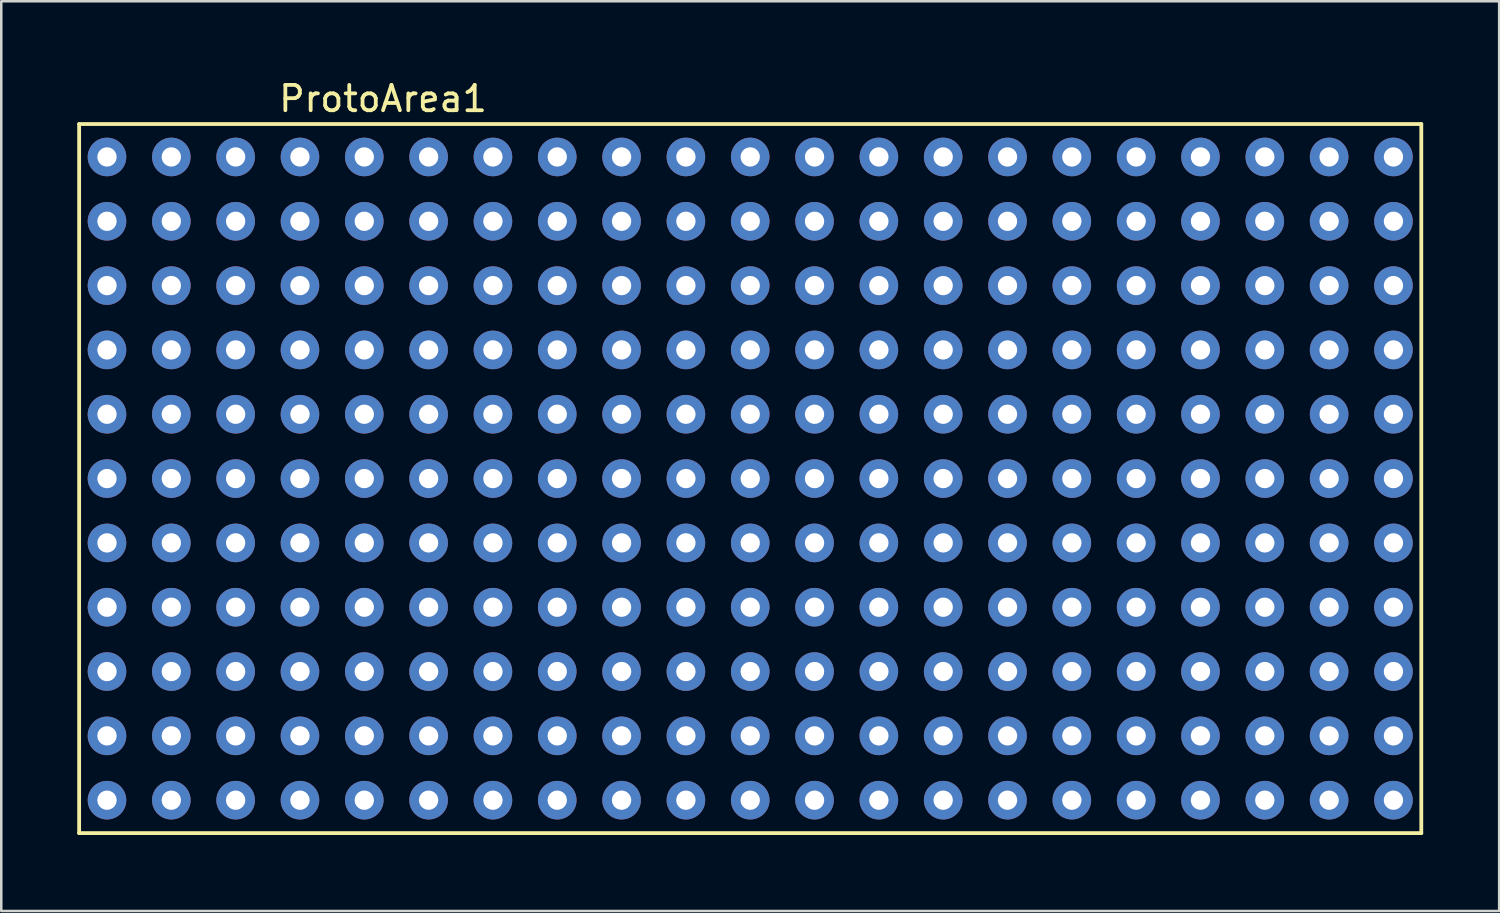
<source format=kicad_pcb>
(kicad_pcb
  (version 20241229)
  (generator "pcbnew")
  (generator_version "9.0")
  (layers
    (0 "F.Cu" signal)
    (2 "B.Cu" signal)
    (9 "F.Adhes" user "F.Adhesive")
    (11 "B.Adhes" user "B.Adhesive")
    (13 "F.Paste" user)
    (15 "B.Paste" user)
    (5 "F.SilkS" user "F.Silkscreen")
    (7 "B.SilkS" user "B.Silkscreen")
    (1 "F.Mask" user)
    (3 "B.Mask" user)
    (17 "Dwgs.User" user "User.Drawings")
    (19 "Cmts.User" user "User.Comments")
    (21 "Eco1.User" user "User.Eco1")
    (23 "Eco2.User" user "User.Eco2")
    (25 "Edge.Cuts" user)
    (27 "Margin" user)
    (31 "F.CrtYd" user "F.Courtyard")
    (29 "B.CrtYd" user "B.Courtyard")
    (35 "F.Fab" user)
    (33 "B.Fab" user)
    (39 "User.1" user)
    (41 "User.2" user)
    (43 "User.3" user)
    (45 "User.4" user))
  (footprint "ProtoArea1"
    (layer "F.Cu")
    (at 26.575 15.848)
    (property "Reference" "ProtoArea1" (at -14.5 -15 0) (layer "F.SilkS") (effects (font (size 1 1) (thickness 0.15))))
    (attr through_hole)
    (fp_line (start -26.5 -14) (end 26.5 -14) (stroke (width 0.15) (type solid)) (layer "F.SilkS"))
    (fp_line (start -26.5 14) (end -26.5 -14) (stroke (width 0.15) (type solid)) (layer "F.SilkS"))
    (fp_line (start 26.5 -14) (end 26.5 14) (stroke (width 0.15) (type solid)) (layer "F.SilkS"))
    (fp_line (start 26.5 14) (end -26.5 14) (stroke (width 0.15) (type solid)) (layer "F.SilkS"))
    (pad "1" thru_hole circle (at -25.4 -12.7) (size 1.524 1.524) (drill 0.762) (layers "*.Cu" "*.Mask"))
    (pad "2" thru_hole circle (at -25.4 -10.16) (size 1.524 1.524) (drill 0.762) (layers "*.Cu" "*.Mask"))
    (pad "3" thru_hole circle (at -25.4 -7.62) (size 1.524 1.524) (drill 0.762) (layers "*.Cu" "*.Mask"))
    (pad "4" thru_hole circle (at -25.4 -5.08) (size 1.524 1.524) (drill 0.762) (layers "*.Cu" "*.Mask"))
    (pad "5" thru_hole circle (at -25.4 -2.54) (size 1.524 1.524) (drill 0.762) (layers "*.Cu" "*.Mask"))
    (pad "6" thru_hole circle (at -25.4 0) (size 1.524 1.524) (drill 0.762) (layers "*.Cu" "*.Mask"))
    (pad "7" thru_hole circle (at -25.4 2.54) (size 1.524 1.524) (drill 0.762) (layers "*.Cu" "*.Mask"))
    (pad "8" thru_hole circle (at -25.4 5.08) (size 1.524 1.524) (drill 0.762) (layers "*.Cu" "*.Mask"))
    (pad "9" thru_hole circle (at -25.4 7.62) (size 1.524 1.524) (drill 0.762) (layers "*.Cu" "*.Mask"))
    (pad "10" thru_hole circle (at -25.4 10.16) (size 1.524 1.524) (drill 0.762) (layers "*.Cu" "*.Mask"))
    (pad "11" thru_hole circle (at -25.4 12.7) (size 1.524 1.524) (drill 0.762) (layers "*.Cu" "*.Mask"))
    (pad "12" thru_hole circle (at -22.86 12.7) (size 1.524 1.524) (drill 0.762) (layers "*.Cu" "*.Mask"))
    (pad "13" thru_hole circle (at -22.86 10.16) (size 1.524 1.524) (drill 0.762) (layers "*.Cu" "*.Mask"))
    (pad "14" thru_hole circle (at -22.86 7.62) (size 1.524 1.524) (drill 0.762) (layers "*.Cu" "*.Mask"))
    (pad "15" thru_hole circle (at -22.86 5.08) (size 1.524 1.524) (drill 0.762) (layers "*.Cu" "*.Mask"))
    (pad "16" thru_hole circle (at -22.86 2.54) (size 1.524 1.524) (drill 0.762) (layers "*.Cu" "*.Mask"))
    (pad "17" thru_hole circle (at -22.86 0) (size 1.524 1.524) (drill 0.762) (layers "*.Cu" "*.Mask"))
    (pad "18" thru_hole circle (at -22.86 -2.54) (size 1.524 1.524) (drill 0.762) (layers "*.Cu" "*.Mask"))
    (pad "19" thru_hole circle (at -22.86 -5.08) (size 1.524 1.524) (drill 0.762) (layers "*.Cu" "*.Mask"))
    (pad "20" thru_hole circle (at -22.86 -7.62) (size 1.524 1.524) (drill 0.762) (layers "*.Cu" "*.Mask"))
    (pad "21" thru_hole circle (at -22.86 -10.16) (size 1.524 1.524) (drill 0.762) (layers "*.Cu" "*.Mask"))
    (pad "22" thru_hole circle (at -22.86 -12.7) (size 1.524 1.524) (drill 0.762) (layers "*.Cu" "*.Mask"))
    (pad "23" thru_hole circle (at -20.32 -12.7) (size 1.524 1.524) (drill 0.762) (layers "*.Cu" "*.Mask"))
    (pad "24" thru_hole circle (at -20.32 -10.16) (size 1.524 1.524) (drill 0.762) (layers "*.Cu" "*.Mask"))
    (pad "25" thru_hole circle (at -20.32 -7.62) (size 1.524 1.524) (drill 0.762) (layers "*.Cu" "*.Mask"))
    (pad "26" thru_hole circle (at -20.32 -5.08) (size 1.524 1.524) (drill 0.762) (layers "*.Cu" "*.Mask"))
    (pad "27" thru_hole circle (at -20.32 -2.54) (size 1.524 1.524) (drill 0.762) (layers "*.Cu" "*.Mask"))
    (pad "28" thru_hole circle (at -20.32 0) (size 1.524 1.524) (drill 0.762) (layers "*.Cu" "*.Mask"))
    (pad "29" thru_hole circle (at -20.32 2.54) (size 1.524 1.524) (drill 0.762) (layers "*.Cu" "*.Mask"))
    (pad "30" thru_hole circle (at -20.32 5.08) (size 1.524 1.524) (drill 0.762) (layers "*.Cu" "*.Mask"))
    (pad "31" thru_hole circle (at -20.32 7.62) (size 1.524 1.524) (drill 0.762) (layers "*.Cu" "*.Mask"))
    (pad "32" thru_hole circle (at -20.32 10.16) (size 1.524 1.524) (drill 0.762) (layers "*.Cu" "*.Mask"))
    (pad "33" thru_hole circle (at -20.32 12.7) (size 1.524 1.524) (drill 0.762) (layers "*.Cu" "*.Mask"))
    (pad "34" thru_hole circle (at -17.78 12.7) (size 1.524 1.524) (drill 0.762) (layers "*.Cu" "*.Mask"))
    (pad "35" thru_hole circle (at -17.78 10.16) (size 1.524 1.524) (drill 0.762) (layers "*.Cu" "*.Mask"))
    (pad "36" thru_hole circle (at -17.78 7.62) (size 1.524 1.524) (drill 0.762) (layers "*.Cu" "*.Mask"))
    (pad "37" thru_hole circle (at -17.78 5.08) (size 1.524 1.524) (drill 0.762) (layers "*.Cu" "*.Mask"))
    (pad "38" thru_hole circle (at -17.78 2.54) (size 1.524 1.524) (drill 0.762) (layers "*.Cu" "*.Mask"))
    (pad "39" thru_hole circle (at -17.78 0) (size 1.524 1.524) (drill 0.762) (layers "*.Cu" "*.Mask"))
    (pad "40" thru_hole circle (at -17.78 -2.54) (size 1.524 1.524) (drill 0.762) (layers "*.Cu" "*.Mask"))
    (pad "41" thru_hole circle (at -17.78 -5.08) (size 1.524 1.524) (drill 0.762) (layers "*.Cu" "*.Mask"))
    (pad "42" thru_hole circle (at -17.78 -7.62) (size 1.524 1.524) (drill 0.762) (layers "*.Cu" "*.Mask"))
    (pad "43" thru_hole circle (at -17.78 -10.16) (size 1.524 1.524) (drill 0.762) (layers "*.Cu" "*.Mask"))
    (pad "44" thru_hole circle (at -17.78 -12.7) (size 1.524 1.524) (drill 0.762) (layers "*.Cu" "*.Mask"))
    (pad "45" thru_hole circle (at -15.24 -12.7) (size 1.524 1.524) (drill 0.762) (layers "*.Cu" "*.Mask"))
    (pad "46" thru_hole circle (at -15.24 -10.16) (size 1.524 1.524) (drill 0.762) (layers "*.Cu" "*.Mask"))
    (pad "47" thru_hole circle (at -15.24 -7.62) (size 1.524 1.524) (drill 0.762) (layers "*.Cu" "*.Mask"))
    (pad "48" thru_hole circle (at -15.24 -5.08) (size 1.524 1.524) (drill 0.762) (layers "*.Cu" "*.Mask"))
    (pad "49" thru_hole circle (at -15.24 -2.54) (size 1.524 1.524) (drill 0.762) (layers "*.Cu" "*.Mask"))
    (pad "50" thru_hole circle (at -15.24 0) (size 1.524 1.524) (drill 0.762) (layers "*.Cu" "*.Mask"))
    (pad "51" thru_hole circle (at -15.24 2.54) (size 1.524 1.524) (drill 0.762) (layers "*.Cu" "*.Mask"))
    (pad "52" thru_hole circle (at -15.24 5.08) (size 1.524 1.524) (drill 0.762) (layers "*.Cu" "*.Mask"))
    (pad "53" thru_hole circle (at -15.24 7.62) (size 1.524 1.524) (drill 0.762) (layers "*.Cu" "*.Mask"))
    (pad "54" thru_hole circle (at -15.24 10.16) (size 1.524 1.524) (drill 0.762) (layers "*.Cu" "*.Mask"))
    (pad "55" thru_hole circle (at -15.24 12.7) (size 1.524 1.524) (drill 0.762) (layers "*.Cu" "*.Mask"))
    (pad "56" thru_hole circle (at -12.7 12.7) (size 1.524 1.524) (drill 0.762) (layers "*.Cu" "*.Mask"))
    (pad "57" thru_hole circle (at -12.7 10.16) (size 1.524 1.524) (drill 0.762) (layers "*.Cu" "*.Mask"))
    (pad "58" thru_hole circle (at -12.7 7.62) (size 1.524 1.524) (drill 0.762) (layers "*.Cu" "*.Mask"))
    (pad "59" thru_hole circle (at -12.7 5.08) (size 1.524 1.524) (drill 0.762) (layers "*.Cu" "*.Mask"))
    (pad "60" thru_hole circle (at -12.7 2.54) (size 1.524 1.524) (drill 0.762) (layers "*.Cu" "*.Mask"))
    (pad "61" thru_hole circle (at -12.7 0) (size 1.524 1.524) (drill 0.762) (layers "*.Cu" "*.Mask"))
    (pad "62" thru_hole circle (at -12.7 -2.54) (size 1.524 1.524) (drill 0.762) (layers "*.Cu" "*.Mask"))
    (pad "63" thru_hole circle (at -12.7 -5.08) (size 1.524 1.524) (drill 0.762) (layers "*.Cu" "*.Mask"))
    (pad "64" thru_hole circle (at -12.7 -7.62) (size 1.524 1.524) (drill 0.762) (layers "*.Cu" "*.Mask"))
    (pad "65" thru_hole circle (at -12.7 -10.16) (size 1.524 1.524) (drill 0.762) (layers "*.Cu" "*.Mask"))
    (pad "66" thru_hole circle (at -12.7 -12.7) (size 1.524 1.524) (drill 0.762) (layers "*.Cu" "*.Mask"))
    (pad "67" thru_hole circle (at -10.16 -12.7) (size 1.524 1.524) (drill 0.762) (layers "*.Cu" "*.Mask"))
    (pad "68" thru_hole circle (at -10.16 -10.16) (size 1.524 1.524) (drill 0.762) (layers "*.Cu" "*.Mask"))
    (pad "69" thru_hole circle (at -10.16 -7.62) (size 1.524 1.524) (drill 0.762) (layers "*.Cu" "*.Mask"))
    (pad "70" thru_hole circle (at -10.16 -5.08) (size 1.524 1.524) (drill 0.762) (layers "*.Cu" "*.Mask"))
    (pad "71" thru_hole circle (at -10.16 -2.54) (size 1.524 1.524) (drill 0.762) (layers "*.Cu" "*.Mask"))
    (pad "72" thru_hole circle (at -10.16 0) (size 1.524 1.524) (drill 0.762) (layers "*.Cu" "*.Mask"))
    (pad "73" thru_hole circle (at -10.16 2.54) (size 1.524 1.524) (drill 0.762) (layers "*.Cu" "*.Mask"))
    (pad "74" thru_hole circle (at -10.16 5.08) (size 1.524 1.524) (drill 0.762) (layers "*.Cu" "*.Mask"))
    (pad "75" thru_hole circle (at -10.16 7.62) (size 1.524 1.524) (drill 0.762) (layers "*.Cu" "*.Mask"))
    (pad "76" thru_hole circle (at -10.16 10.16) (size 1.524 1.524) (drill 0.762) (layers "*.Cu" "*.Mask"))
    (pad "77" thru_hole circle (at -10.16 12.7) (size 1.524 1.524) (drill 0.762) (layers "*.Cu" "*.Mask"))
    (pad "78" thru_hole circle (at -7.62 12.7) (size 1.524 1.524) (drill 0.762) (layers "*.Cu" "*.Mask"))
    (pad "79" thru_hole circle (at -7.62 10.16) (size 1.524 1.524) (drill 0.762) (layers "*.Cu" "*.Mask"))
    (pad "80" thru_hole circle (at -7.62 7.62) (size 1.524 1.524) (drill 0.762) (layers "*.Cu" "*.Mask"))
    (pad "81" thru_hole circle (at -7.62 5.08) (size 1.524 1.524) (drill 0.762) (layers "*.Cu" "*.Mask"))
    (pad "82" thru_hole circle (at -7.62 2.54) (size 1.524 1.524) (drill 0.762) (layers "*.Cu" "*.Mask"))
    (pad "83" thru_hole circle (at -7.62 0) (size 1.524 1.524) (drill 0.762) (layers "*.Cu" "*.Mask"))
    (pad "84" thru_hole circle (at -7.62 -2.54) (size 1.524 1.524) (drill 0.762) (layers "*.Cu" "*.Mask"))
    (pad "85" thru_hole circle (at -7.62 -5.08) (size 1.524 1.524) (drill 0.762) (layers "*.Cu" "*.Mask"))
    (pad "86" thru_hole circle (at -7.62 -7.62) (size 1.524 1.524) (drill 0.762) (layers "*.Cu" "*.Mask"))
    (pad "87" thru_hole circle (at -7.62 -10.16) (size 1.524 1.524) (drill 0.762) (layers "*.Cu" "*.Mask"))
    (pad "88" thru_hole circle (at -7.62 -12.7) (size 1.524 1.524) (drill 0.762) (layers "*.Cu" "*.Mask"))
    (pad "89" thru_hole circle (at -5.08 -12.7) (size 1.524 1.524) (drill 0.762) (layers "*.Cu" "*.Mask"))
    (pad "90" thru_hole circle (at -5.08 -10.16) (size 1.524 1.524) (drill 0.762) (layers "*.Cu" "*.Mask"))
    (pad "91" thru_hole circle (at -5.08 -7.62) (size 1.524 1.524) (drill 0.762) (layers "*.Cu" "*.Mask"))
    (pad "92" thru_hole circle (at -5.08 -5.08) (size 1.524 1.524) (drill 0.762) (layers "*.Cu" "*.Mask"))
    (pad "93" thru_hole circle (at -5.08 -2.54) (size 1.524 1.524) (drill 0.762) (layers "*.Cu" "*.Mask"))
    (pad "94" thru_hole circle (at -5.08 0) (size 1.524 1.524) (drill 0.762) (layers "*.Cu" "*.Mask"))
    (pad "95" thru_hole circle (at -5.08 2.54) (size 1.524 1.524) (drill 0.762) (layers "*.Cu" "*.Mask"))
    (pad "96" thru_hole circle (at -5.08 5.08) (size 1.524 1.524) (drill 0.762) (layers "*.Cu" "*.Mask"))
    (pad "97" thru_hole circle (at -5.08 7.62) (size 1.524 1.524) (drill 0.762) (layers "*.Cu" "*.Mask"))
    (pad "98" thru_hole circle (at -5.08 10.16) (size 1.524 1.524) (drill 0.762) (layers "*.Cu" "*.Mask"))
    (pad "99" thru_hole circle (at -5.08 12.7) (size 1.524 1.524) (drill 0.762) (layers "*.Cu" "*.Mask"))
    (pad "100" thru_hole circle (at -2.54 12.7) (size 1.524 1.524) (drill 0.762) (layers "*.Cu" "*.Mask"))
    (pad "101" thru_hole circle (at -2.54 10.16) (size 1.524 1.524) (drill 0.762) (layers "*.Cu" "*.Mask"))
    (pad "102" thru_hole circle (at -2.54 7.62) (size 1.524 1.524) (drill 0.762) (layers "*.Cu" "*.Mask"))
    (pad "103" thru_hole circle (at -2.54 5.08) (size 1.524 1.524) (drill 0.762) (layers "*.Cu" "*.Mask"))
    (pad "104" thru_hole circle (at -2.54 2.54) (size 1.524 1.524) (drill 0.762) (layers "*.Cu" "*.Mask"))
    (pad "105" thru_hole circle (at -2.54 0) (size 1.524 1.524) (drill 0.762) (layers "*.Cu" "*.Mask"))
    (pad "106" thru_hole circle (at -2.54 -2.54) (size 1.524 1.524) (drill 0.762) (layers "*.Cu" "*.Mask"))
    (pad "107" thru_hole circle (at -2.54 -5.08) (size 1.524 1.524) (drill 0.762) (layers "*.Cu" "*.Mask"))
    (pad "108" thru_hole circle (at -2.54 -7.62) (size 1.524 1.524) (drill 0.762) (layers "*.Cu" "*.Mask"))
    (pad "109" thru_hole circle (at -2.54 -10.16) (size 1.524 1.524) (drill 0.762) (layers "*.Cu" "*.Mask"))
    (pad "110" thru_hole circle (at -2.54 -12.7) (size 1.524 1.524) (drill 0.762) (layers "*.Cu" "*.Mask"))
    (pad "111" thru_hole circle (at 0 -12.7) (size 1.524 1.524) (drill 0.762) (layers "*.Cu" "*.Mask"))
    (pad "112" thru_hole circle (at 0 -10.16) (size 1.524 1.524) (drill 0.762) (layers "*.Cu" "*.Mask"))
    (pad "113" thru_hole circle (at 0 -7.62) (size 1.524 1.524) (drill 0.762) (layers "*.Cu" "*.Mask"))
    (pad "114" thru_hole circle (at 0 -5.08) (size 1.524 1.524) (drill 0.762) (layers "*.Cu" "*.Mask"))
    (pad "115" thru_hole circle (at 0 -2.54) (size 1.524 1.524) (drill 0.762) (layers "*.Cu" "*.Mask"))
    (pad "116" thru_hole circle (at 0 0) (size 1.524 1.524) (drill 0.762) (layers "*.Cu" "*.Mask"))
    (pad "117" thru_hole circle (at 0 2.54) (size 1.524 1.524) (drill 0.762) (layers "*.Cu" "*.Mask"))
    (pad "118" thru_hole circle (at 0 5.08) (size 1.524 1.524) (drill 0.762) (layers "*.Cu" "*.Mask"))
    (pad "119" thru_hole circle (at 0 7.62) (size 1.524 1.524) (drill 0.762) (layers "*.Cu" "*.Mask"))
    (pad "120" thru_hole circle (at 0 10.16) (size 1.524 1.524) (drill 0.762) (layers "*.Cu" "*.Mask"))
    (pad "121" thru_hole circle (at 0 12.7) (size 1.524 1.524) (drill 0.762) (layers "*.Cu" "*.Mask"))
    (pad "122" thru_hole circle (at 2.54 12.7) (size 1.524 1.524) (drill 0.762) (layers "*.Cu" "*.Mask"))
    (pad "123" thru_hole circle (at 2.54 10.16) (size 1.524 1.524) (drill 0.762) (layers "*.Cu" "*.Mask"))
    (pad "124" thru_hole circle (at 2.54 7.62) (size 1.524 1.524) (drill 0.762) (layers "*.Cu" "*.Mask"))
    (pad "125" thru_hole circle (at 2.54 5.08) (size 1.524 1.524) (drill 0.762) (layers "*.Cu" "*.Mask"))
    (pad "126" thru_hole circle (at 2.54 2.54) (size 1.524 1.524) (drill 0.762) (layers "*.Cu" "*.Mask"))
    (pad "127" thru_hole circle (at 2.54 0) (size 1.524 1.524) (drill 0.762) (layers "*.Cu" "*.Mask"))
    (pad "128" thru_hole circle (at 2.54 -2.54) (size 1.524 1.524) (drill 0.762) (layers "*.Cu" "*.Mask"))
    (pad "129" thru_hole circle (at 2.54 -5.08) (size 1.524 1.524) (drill 0.762) (layers "*.Cu" "*.Mask"))
    (pad "130" thru_hole circle (at 2.54 -7.62) (size 1.524 1.524) (drill 0.762) (layers "*.Cu" "*.Mask"))
    (pad "131" thru_hole circle (at 2.54 -10.16) (size 1.524 1.524) (drill 0.762) (layers "*.Cu" "*.Mask"))
    (pad "132" thru_hole circle (at 2.54 -12.7) (size 1.524 1.524) (drill 0.762) (layers "*.Cu" "*.Mask"))
    (pad "133" thru_hole circle (at 5.08 -12.7) (size 1.524 1.524) (drill 0.762) (layers "*.Cu" "*.Mask"))
    (pad "134" thru_hole circle (at 5.08 -10.16) (size 1.524 1.524) (drill 0.762) (layers "*.Cu" "*.Mask"))
    (pad "135" thru_hole circle (at 5.08 -7.62) (size 1.524 1.524) (drill 0.762) (layers "*.Cu" "*.Mask"))
    (pad "136" thru_hole circle (at 5.08 -5.08) (size 1.524 1.524) (drill 0.762) (layers "*.Cu" "*.Mask"))
    (pad "137" thru_hole circle (at 5.08 -2.54) (size 1.524 1.524) (drill 0.762) (layers "*.Cu" "*.Mask"))
    (pad "138" thru_hole circle (at 5.08 0) (size 1.524 1.524) (drill 0.762) (layers "*.Cu" "*.Mask"))
    (pad "139" thru_hole circle (at 5.08 2.54) (size 1.524 1.524) (drill 0.762) (layers "*.Cu" "*.Mask"))
    (pad "140" thru_hole circle (at 5.08 5.08) (size 1.524 1.524) (drill 0.762) (layers "*.Cu" "*.Mask"))
    (pad "141" thru_hole circle (at 5.08 7.62) (size 1.524 1.524) (drill 0.762) (layers "*.Cu" "*.Mask"))
    (pad "142" thru_hole circle (at 5.08 10.16) (size 1.524 1.524) (drill 0.762) (layers "*.Cu" "*.Mask"))
    (pad "143" thru_hole circle (at 5.08 12.7) (size 1.524 1.524) (drill 0.762) (layers "*.Cu" "*.Mask"))
    (pad "144" thru_hole circle (at 7.62 12.7) (size 1.524 1.524) (drill 0.762) (layers "*.Cu" "*.Mask"))
    (pad "145" thru_hole circle (at 7.62 10.16) (size 1.524 1.524) (drill 0.762) (layers "*.Cu" "*.Mask"))
    (pad "146" thru_hole circle (at 7.62 7.62) (size 1.524 1.524) (drill 0.762) (layers "*.Cu" "*.Mask"))
    (pad "147" thru_hole circle (at 7.62 5.08) (size 1.524 1.524) (drill 0.762) (layers "*.Cu" "*.Mask"))
    (pad "148" thru_hole circle (at 7.62 2.54) (size 1.524 1.524) (drill 0.762) (layers "*.Cu" "*.Mask"))
    (pad "149" thru_hole circle (at 7.62 0) (size 1.524 1.524) (drill 0.762) (layers "*.Cu" "*.Mask"))
    (pad "150" thru_hole circle (at 7.62 -2.54) (size 1.524 1.524) (drill 0.762) (layers "*.Cu" "*.Mask"))
    (pad "151" thru_hole circle (at 7.62 -5.08) (size 1.524 1.524) (drill 0.762) (layers "*.Cu" "*.Mask"))
    (pad "152" thru_hole circle (at 7.62 -7.62) (size 1.524 1.524) (drill 0.762) (layers "*.Cu" "*.Mask"))
    (pad "153" thru_hole circle (at 7.62 -10.16) (size 1.524 1.524) (drill 0.762) (layers "*.Cu" "*.Mask"))
    (pad "154" thru_hole circle (at 7.62 -12.7) (size 1.524 1.524) (drill 0.762) (layers "*.Cu" "*.Mask"))
    (pad "155" thru_hole circle (at 10.16 -12.7) (size 1.524 1.524) (drill 0.762) (layers "*.Cu" "*.Mask"))
    (pad "156" thru_hole circle (at 10.16 -10.16) (size 1.524 1.524) (drill 0.762) (layers "*.Cu" "*.Mask"))
    (pad "157" thru_hole circle (at 10.16 -7.62) (size 1.524 1.524) (drill 0.762) (layers "*.Cu" "*.Mask"))
    (pad "158" thru_hole circle (at 10.16 -5.08) (size 1.524 1.524) (drill 0.762) (layers "*.Cu" "*.Mask"))
    (pad "159" thru_hole circle (at 10.16 -2.54) (size 1.524 1.524) (drill 0.762) (layers "*.Cu" "*.Mask"))
    (pad "160" thru_hole circle (at 10.16 0) (size 1.524 1.524) (drill 0.762) (layers "*.Cu" "*.Mask"))
    (pad "161" thru_hole circle (at 10.16 2.54) (size 1.524 1.524) (drill 0.762) (layers "*.Cu" "*.Mask"))
    (pad "162" thru_hole circle (at 10.16 5.08) (size 1.524 1.524) (drill 0.762) (layers "*.Cu" "*.Mask"))
    (pad "163" thru_hole circle (at 10.16 7.62) (size 1.524 1.524) (drill 0.762) (layers "*.Cu" "*.Mask"))
    (pad "164" thru_hole circle (at 10.16 10.16) (size 1.524 1.524) (drill 0.762) (layers "*.Cu" "*.Mask"))
    (pad "165" thru_hole circle (at 10.16 12.7) (size 1.524 1.524) (drill 0.762) (layers "*.Cu" "*.Mask"))
    (pad "166" thru_hole circle (at 12.7 12.7) (size 1.524 1.524) (drill 0.762) (layers "*.Cu" "*.Mask"))
    (pad "167" thru_hole circle (at 12.7 10.16) (size 1.524 1.524) (drill 0.762) (layers "*.Cu" "*.Mask"))
    (pad "168" thru_hole circle (at 12.7 7.62) (size 1.524 1.524) (drill 0.762) (layers "*.Cu" "*.Mask"))
    (pad "169" thru_hole circle (at 12.7 5.08) (size 1.524 1.524) (drill 0.762) (layers "*.Cu" "*.Mask"))
    (pad "170" thru_hole circle (at 12.7 2.54) (size 1.524 1.524) (drill 0.762) (layers "*.Cu" "*.Mask"))
    (pad "171" thru_hole circle (at 12.7 0) (size 1.524 1.524) (drill 0.762) (layers "*.Cu" "*.Mask"))
    (pad "172" thru_hole circle (at 12.7 -2.54) (size 1.524 1.524) (drill 0.762) (layers "*.Cu" "*.Mask"))
    (pad "173" thru_hole circle (at 12.7 -5.08) (size 1.524 1.524) (drill 0.762) (layers "*.Cu" "*.Mask"))
    (pad "174" thru_hole circle (at 12.7 -7.62) (size 1.524 1.524) (drill 0.762) (layers "*.Cu" "*.Mask"))
    (pad "175" thru_hole circle (at 12.7 -10.16) (size 1.524 1.524) (drill 0.762) (layers "*.Cu" "*.Mask"))
    (pad "176" thru_hole circle (at 12.7 -12.7) (size 1.524 1.524) (drill 0.762) (layers "*.Cu" "*.Mask"))
    (pad "177" thru_hole circle (at 15.24 -12.7) (size 1.524 1.524) (drill 0.762) (layers "*.Cu" "*.Mask"))
    (pad "178" thru_hole circle (at 15.24 -10.16) (size 1.524 1.524) (drill 0.762) (layers "*.Cu" "*.Mask"))
    (pad "179" thru_hole circle (at 15.24 -7.62) (size 1.524 1.524) (drill 0.762) (layers "*.Cu" "*.Mask"))
    (pad "180" thru_hole circle (at 15.24 -5.08) (size 1.524 1.524) (drill 0.762) (layers "*.Cu" "*.Mask"))
    (pad "181" thru_hole circle (at 15.24 -2.54) (size 1.524 1.524) (drill 0.762) (layers "*.Cu" "*.Mask"))
    (pad "182" thru_hole circle (at 15.24 0) (size 1.524 1.524) (drill 0.762) (layers "*.Cu" "*.Mask"))
    (pad "183" thru_hole circle (at 15.24 2.54) (size 1.524 1.524) (drill 0.762) (layers "*.Cu" "*.Mask"))
    (pad "184" thru_hole circle (at 15.24 5.08) (size 1.524 1.524) (drill 0.762) (layers "*.Cu" "*.Mask"))
    (pad "185" thru_hole circle (at 15.24 7.62) (size 1.524 1.524) (drill 0.762) (layers "*.Cu" "*.Mask"))
    (pad "186" thru_hole circle (at 15.24 10.16) (size 1.524 1.524) (drill 0.762) (layers "*.Cu" "*.Mask"))
    (pad "187" thru_hole circle (at 15.24 12.7) (size 1.524 1.524) (drill 0.762) (layers "*.Cu" "*.Mask"))
    (pad "188" thru_hole circle (at 17.78 12.7) (size 1.524 1.524) (drill 0.762) (layers "*.Cu" "*.Mask"))
    (pad "189" thru_hole circle (at 17.78 10.16) (size 1.524 1.524) (drill 0.762) (layers "*.Cu" "*.Mask"))
    (pad "190" thru_hole circle (at 17.78 7.62) (size 1.524 1.524) (drill 0.762) (layers "*.Cu" "*.Mask"))
    (pad "191" thru_hole circle (at 17.78 5.08) (size 1.524 1.524) (drill 0.762) (layers "*.Cu" "*.Mask"))
    (pad "192" thru_hole circle (at 17.78 2.54) (size 1.524 1.524) (drill 0.762) (layers "*.Cu" "*.Mask"))
    (pad "193" thru_hole circle (at 17.78 0) (size 1.524 1.524) (drill 0.762) (layers "*.Cu" "*.Mask"))
    (pad "194" thru_hole circle (at 17.78 -2.54) (size 1.524 1.524) (drill 0.762) (layers "*.Cu" "*.Mask"))
    (pad "195" thru_hole circle (at 17.78 -5.08) (size 1.524 1.524) (drill 0.762) (layers "*.Cu" "*.Mask"))
    (pad "196" thru_hole circle (at 17.78 -7.62) (size 1.524 1.524) (drill 0.762) (layers "*.Cu" "*.Mask"))
    (pad "197" thru_hole circle (at 17.78 -10.16) (size 1.524 1.524) (drill 0.762) (layers "*.Cu" "*.Mask"))
    (pad "198" thru_hole circle (at 17.78 -12.7) (size 1.524 1.524) (drill 0.762) (layers "*.Cu" "*.Mask"))
    (pad "199" thru_hole circle (at 20.32 -12.7) (size 1.524 1.524) (drill 0.762) (layers "*.Cu" "*.Mask"))
    (pad "200" thru_hole circle (at 20.32 -10.16) (size 1.524 1.524) (drill 0.762) (layers "*.Cu" "*.Mask"))
    (pad "201" thru_hole circle (at 20.32 -7.62) (size 1.524 1.524) (drill 0.762) (layers "*.Cu" "*.Mask"))
    (pad "202" thru_hole circle (at 20.32 -5.08) (size 1.524 1.524) (drill 0.762) (layers "*.Cu" "*.Mask"))
    (pad "203" thru_hole circle (at 20.32 -2.54) (size 1.524 1.524) (drill 0.762) (layers "*.Cu" "*.Mask"))
    (pad "204" thru_hole circle (at 20.32 0) (size 1.524 1.524) (drill 0.762) (layers "*.Cu" "*.Mask"))
    (pad "205" thru_hole circle (at 20.32 2.54) (size 1.524 1.524) (drill 0.762) (layers "*.Cu" "*.Mask"))
    (pad "206" thru_hole circle (at 20.32 5.08) (size 1.524 1.524) (drill 0.762) (layers "*.Cu" "*.Mask"))
    (pad "207" thru_hole circle (at 20.32 7.62) (size 1.524 1.524) (drill 0.762) (layers "*.Cu" "*.Mask"))
    (pad "208" thru_hole circle (at 20.32 10.16) (size 1.524 1.524) (drill 0.762) (layers "*.Cu" "*.Mask"))
    (pad "209" thru_hole circle (at 20.32 12.7) (size 1.524 1.524) (drill 0.762) (layers "*.Cu" "*.Mask"))
    (pad "210" thru_hole circle (at 22.86 12.7) (size 1.524 1.524) (drill 0.762) (layers "*.Cu" "*.Mask"))
    (pad "211" thru_hole circle (at 22.86 10.16) (size 1.524 1.524) (drill 0.762) (layers "*.Cu" "*.Mask"))
    (pad "212" thru_hole circle (at 22.86 7.62) (size 1.524 1.524) (drill 0.762) (layers "*.Cu" "*.Mask"))
    (pad "213" thru_hole circle (at 22.86 5.08) (size 1.524 1.524) (drill 0.762) (layers "*.Cu" "*.Mask"))
    (pad "214" thru_hole circle (at 22.86 2.54) (size 1.524 1.524) (drill 0.762) (layers "*.Cu" "*.Mask"))
    (pad "215" thru_hole circle (at 22.86 0) (size 1.524 1.524) (drill 0.762) (layers "*.Cu" "*.Mask"))
    (pad "216" thru_hole circle (at 22.86 -2.54) (size 1.524 1.524) (drill 0.762) (layers "*.Cu" "*.Mask"))
    (pad "217" thru_hole circle (at 22.86 -5.08) (size 1.524 1.524) (drill 0.762) (layers "*.Cu" "*.Mask"))
    (pad "218" thru_hole circle (at 22.86 -7.62) (size 1.524 1.524) (drill 0.762) (layers "*.Cu" "*.Mask"))
    (pad "219" thru_hole circle (at 22.86 -10.16) (size 1.524 1.524) (drill 0.762) (layers "*.Cu" "*.Mask"))
    (pad "220" thru_hole circle (at 22.86 -12.7) (size 1.524 1.524) (drill 0.762) (layers "*.Cu" "*.Mask"))
    (pad "221" thru_hole circle (at 25.4 -12.7) (size 1.524 1.524) (drill 0.762) (layers "*.Cu" "*.Mask"))
    (pad "222" thru_hole circle (at 25.4 -10.16) (size 1.524 1.524) (drill 0.762) (layers "*.Cu" "*.Mask"))
    (pad "223" thru_hole circle (at 25.4 -7.62) (size 1.524 1.524) (drill 0.762) (layers "*.Cu" "*.Mask"))
    (pad "224" thru_hole circle (at 25.4 -5.08) (size 1.524 1.524) (drill 0.762) (layers "*.Cu" "*.Mask"))
    (pad "225" thru_hole circle (at 25.4 -2.54) (size 1.524 1.524) (drill 0.762) (layers "*.Cu" "*.Mask"))
    (pad "226" thru_hole circle (at 25.4 0) (size 1.524 1.524) (drill 0.762) (layers "*.Cu" "*.Mask"))
    (pad "227" thru_hole circle (at 25.4 2.54) (size 1.524 1.524) (drill 0.762) (layers "*.Cu" "*.Mask"))
    (pad "228" thru_hole circle (at 25.4 5.08) (size 1.524 1.524) (drill 0.762) (layers "*.Cu" "*.Mask"))
    (pad "229" thru_hole circle (at 25.4 7.62) (size 1.524 1.524) (drill 0.762) (layers "*.Cu" "*.Mask"))
    (pad "230" thru_hole circle (at 25.4 10.16) (size 1.524 1.524) (drill 0.762) (layers "*.Cu" "*.Mask"))
    (pad "231" thru_hole circle (at 25.4 12.7) (size 1.524 1.524) (drill 0.762) (layers "*.Cu" "*.Mask")))
  (gr_rect
    (start -3 -3)
    (end 56.15 32.923)
    (stroke (width 0.1) (type default))
    (fill no)
    (layer "Edge.Cuts")))
</source>
